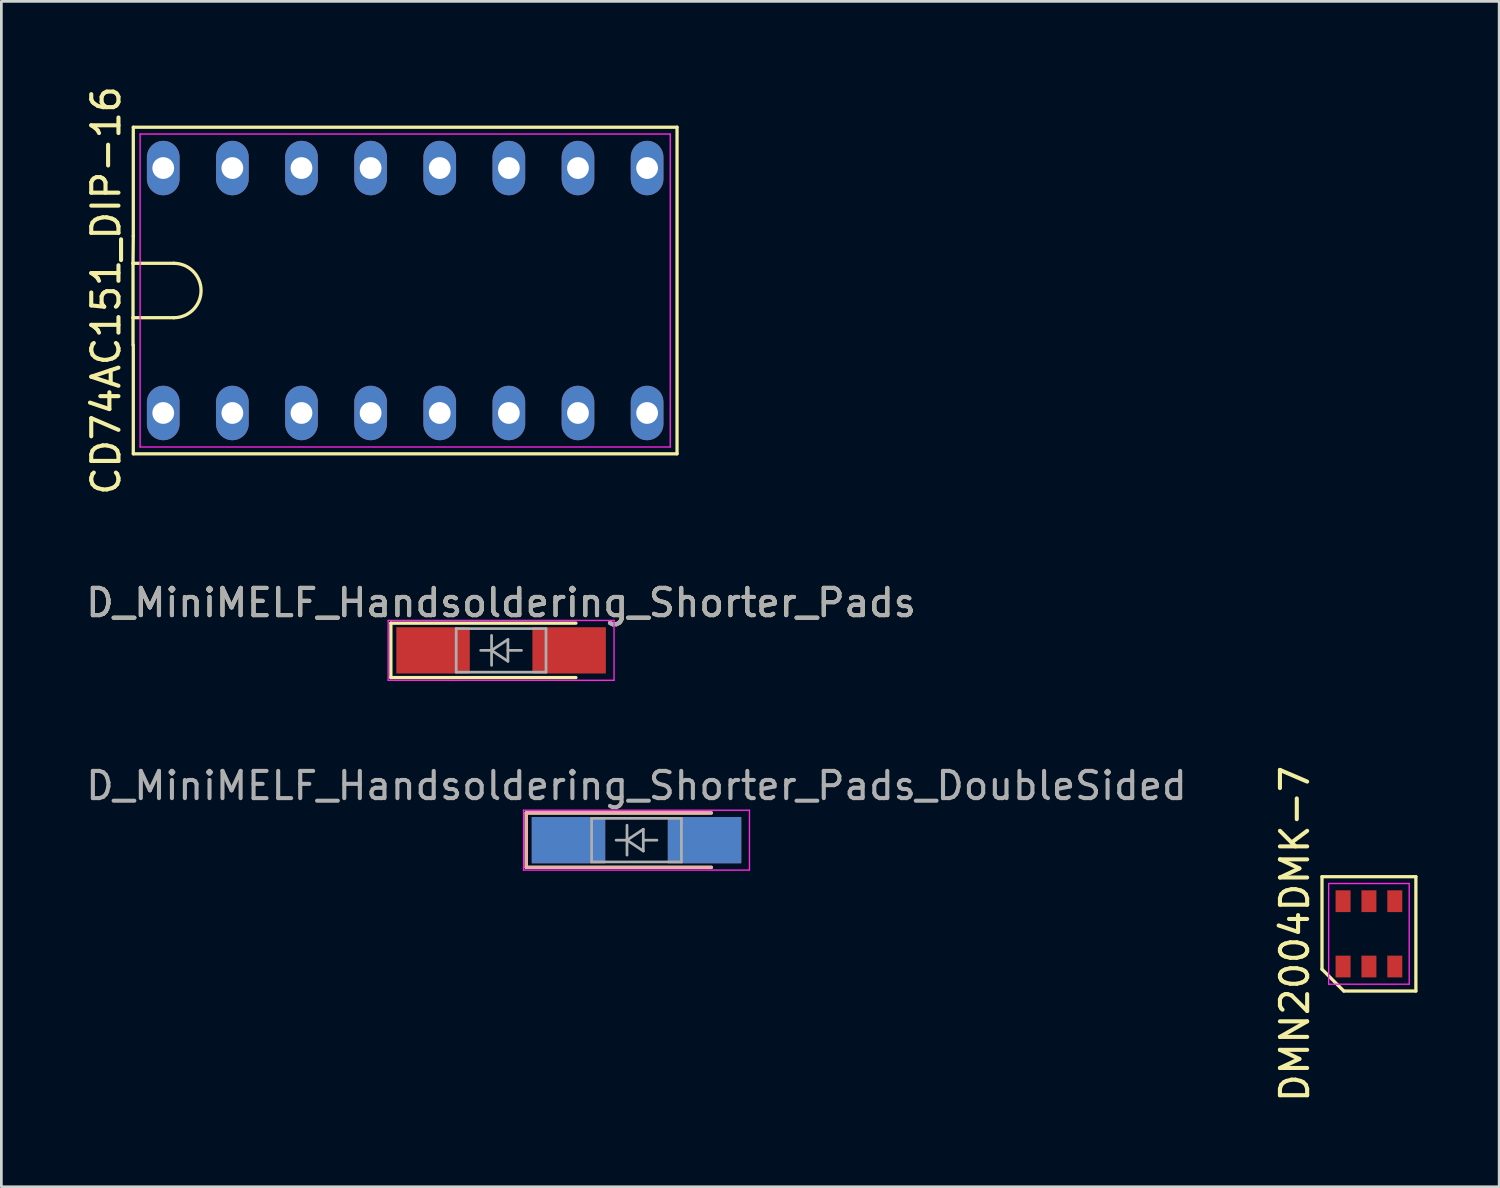
<source format=kicad_pcb>
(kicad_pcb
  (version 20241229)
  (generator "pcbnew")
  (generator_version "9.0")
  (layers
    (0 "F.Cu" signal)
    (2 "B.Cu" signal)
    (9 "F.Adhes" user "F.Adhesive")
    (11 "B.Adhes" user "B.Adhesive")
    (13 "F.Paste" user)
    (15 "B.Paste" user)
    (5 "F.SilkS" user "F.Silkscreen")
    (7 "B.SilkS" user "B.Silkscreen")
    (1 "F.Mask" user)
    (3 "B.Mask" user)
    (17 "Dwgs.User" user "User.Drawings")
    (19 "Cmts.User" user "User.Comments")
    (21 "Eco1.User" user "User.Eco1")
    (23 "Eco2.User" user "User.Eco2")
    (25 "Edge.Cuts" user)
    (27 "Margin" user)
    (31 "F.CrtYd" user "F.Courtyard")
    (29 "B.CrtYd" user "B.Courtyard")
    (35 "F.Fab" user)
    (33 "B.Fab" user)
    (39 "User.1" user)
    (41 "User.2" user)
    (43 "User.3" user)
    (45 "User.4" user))
  (footprint "CD74AC151_DIP-16"
    (layer "F.Cu")
    (at 11.838 7.625)
    (property "Reference" "CD74AC151_DIP-16" (at -10.99 0 90) (layer "F.SilkS") (effects (font (size 1 1) (thickness 0.15))))
    (attr through_hole)
    (fp_line (start -10 -1) (end -10 1) (stroke (width 0.12) (type solid)) (layer "F.SilkS"))
    (fp_line (start -10 -1) (end -8.5 -1) (stroke (width 0.12) (type solid)) (layer "F.SilkS"))
    (fp_line (start -10 1) (end -10 2) (stroke (width 0.12) (type solid)) (layer "F.SilkS"))
    (fp_line (start -9.99 -6) (end -9.99 -2) (stroke (width 0.12) (type solid)) (layer "F.SilkS"))
    (fp_line (start -9.99 -2) (end -10 -1) (stroke (width 0.12) (type solid)) (layer "F.SilkS"))
    (fp_line (start -9.99 2) (end -9.99 6) (stroke (width 0.12) (type solid)) (layer "F.SilkS"))
    (fp_line (start -9.99 6) (end 9.99 6) (stroke (width 0.12) (type solid)) (layer "F.SilkS"))
    (fp_line (start -8.5 1) (end -10 1) (stroke (width 0.12) (type solid)) (layer "F.SilkS"))
    (fp_line (start 9.99 -6) (end -9.99 -6) (stroke (width 0.12) (type solid)) (layer "F.SilkS"))
    (fp_line (start 9.99 6) (end 9.99 -6) (stroke (width 0.12) (type solid)) (layer "F.SilkS"))
    (fp_arc (start -8.5 -1) (mid -7.5 0) (end -8.5 1) (stroke (width 0.12) (type solid)) (layer "F.SilkS"))
    (fp_line (start -9.74 -5.75) (end 9.74 -5.75) (stroke (width 0.05) (type solid)) (layer "F.CrtYd"))
    (fp_line (start -9.74 5.75) (end -9.74 -5.75) (stroke (width 0.05) (type solid)) (layer "F.CrtYd"))
    (fp_line (start 9.74 -5.75) (end 9.74 5.75) (stroke (width 0.05) (type solid)) (layer "F.CrtYd"))
    (fp_line (start 9.74 5.75) (end -9.74 5.75) (stroke (width 0.05) (type solid)) (layer "F.CrtYd"))
    (pad "1" thru_hole oval (at -8.89 4.5) (size 1.2 2) (drill 0.8) (layers "*.Cu" "*.Mask"))
    (pad "2" thru_hole oval (at -6.35 4.5) (size 1.2 2) (drill 0.8) (layers "*.Cu" "*.Mask"))
    (pad "3" thru_hole oval (at -3.81 4.5) (size 1.2 2) (drill 0.8) (layers "*.Cu" "*.Mask"))
    (pad "4" thru_hole oval (at -1.27 4.5) (size 1.2 2) (drill 0.8) (layers "*.Cu" "*.Mask"))
    (pad "5" thru_hole oval (at 1.27 4.5) (size 1.2 2) (drill 0.8) (layers "*.Cu" "*.Mask"))
    (pad "6" thru_hole oval (at 3.81 4.5) (size 1.2 2) (drill 0.8) (layers "*.Cu" "*.Mask"))
    (pad "7" thru_hole oval (at 6.35 4.5) (size 1.2 2) (drill 0.8) (layers "*.Cu" "*.Mask"))
    (pad "8" thru_hole oval (at 8.89 4.5) (size 1.2 2) (drill 0.8) (layers "*.Cu" "*.Mask"))
    (pad "9" thru_hole oval (at 8.89 -4.5) (size 1.2 2) (drill 0.8) (layers "*.Cu" "*.Mask"))
    (pad "10" thru_hole oval (at 6.35 -4.5) (size 1.2 2) (drill 0.8) (layers "*.Cu" "*.Mask"))
    (pad "11" thru_hole oval (at 3.81 -4.5) (size 1.2 2) (drill 0.8) (layers "*.Cu" "*.Mask"))
    (pad "12" thru_hole oval (at 1.27 -4.5) (size 1.2 2) (drill 0.8) (layers "*.Cu" "*.Mask"))
    (pad "13" thru_hole oval (at -1.27 -4.5) (size 1.2 2) (drill 0.8) (layers "*.Cu" "*.Mask"))
    (pad "14" thru_hole oval (at -3.81 -4.5) (size 1.2 2) (drill 0.8) (layers "*.Cu" "*.Mask"))
    (pad "15" thru_hole oval (at -6.35 -4.5) (size 1.2 2) (drill 0.8) (layers "*.Cu" "*.Mask"))
    (pad "16" thru_hole oval (at -8.89 -4.5) (size 1.2 2) (drill 0.8) (layers "*.Cu" "*.Mask")))
  (footprint "D_MiniMELF_Handsoldering_Shorter_Pads"
    (layer "F.Cu")
    (at 15.363 20.848)
    (property "Reference" "D_MiniMELF_Handsoldering_Shorter_Pads" (at 0 -1.75 0) (layer "F.SilkS") (effects (font (size 1 1) (thickness 0.15))))
    (attr smd)
    (fp_line (start -4.05 -1) (end -4.05 1) (stroke (width 0.12) (type solid)) (layer "F.SilkS"))
    (fp_line (start -4.05 1) (end 2.75 1) (stroke (width 0.12) (type solid)) (layer "F.SilkS"))
    (fp_line (start 2.75 -1) (end -4.05 -1) (stroke (width 0.12) (type solid)) (layer "F.SilkS"))
    (fp_line (start -4.15 -1.1) (end 4.15 -1.1) (stroke (width 0.05) (type solid)) (layer "F.CrtYd"))
    (fp_line (start -4.15 1.1) (end -4.15 -1.1) (stroke (width 0.05) (type solid)) (layer "F.CrtYd"))
    (fp_line (start 4.15 -1.1) (end 4.15 1.1) (stroke (width 0.05) (type solid)) (layer "F.CrtYd"))
    (fp_line (start 4.15 1.1) (end -4.15 1.1) (stroke (width 0.05) (type solid)) (layer "F.CrtYd"))
    (fp_line (start -1.65 -0.8) (end 1.65 -0.8) (stroke (width 0.1) (type solid)) (layer "F.Fab"))
    (fp_line (start -1.65 0.8) (end -1.65 -0.8) (stroke (width 0.1) (type solid)) (layer "F.Fab"))
    (fp_line (start -0.75 0) (end -0.35 0) (stroke (width 0.1) (type solid)) (layer "F.Fab"))
    (fp_line (start -0.35 0) (end -0.35 -0.55) (stroke (width 0.1) (type solid)) (layer "F.Fab"))
    (fp_line (start -0.35 0) (end -0.35 0.55) (stroke (width 0.1) (type solid)) (layer "F.Fab"))
    (fp_line (start -0.35 0) (end 0.25 -0.4) (stroke (width 0.1) (type solid)) (layer "F.Fab"))
    (fp_line (start 0.25 -0.4) (end 0.25 0.4) (stroke (width 0.1) (type solid)) (layer "F.Fab"))
    (fp_line (start 0.25 0) (end 0.75 0) (stroke (width 0.1) (type solid)) (layer "F.Fab"))
    (fp_line (start 0.25 0.4) (end -0.35 0) (stroke (width 0.1) (type solid)) (layer "F.Fab"))
    (fp_line (start 1.65 -0.8) (end 1.65 0.8) (stroke (width 0.1) (type solid)) (layer "F.Fab"))
    (fp_line (start 1.65 0.8) (end -1.65 0.8) (stroke (width 0.1) (type solid)) (layer "F.Fab"))
    (fp_text user "${REFERENCE}" (at 0 -1.75 0) (layer "F.Fab") (effects (font (size 1 1) (thickness 0.15))))
    (pad "1" smd rect (at -2.5 0) (size 2.7 1.7) (layers "F.Cu" "F.Mask" "F.Paste"))
    (pad "2" smd rect (at 2.5 0) (size 2.7 1.7) (layers "F.Cu" "F.Mask" "F.Paste")))
  (footprint "DMN2004DMK-7"
    (layer "F.Cu")
    (at 47.252 31.265)
    (property "Reference" "DMN2004DMK-7" (at -2.725 0 90) (layer "F.SilkS") (effects (font (size 1 1) (thickness 0.15))))
    (attr smd)
    (fp_line (start -1.725 -2.1) (end 1.725 -2.1) (stroke (width 0.12) (type solid)) (layer "F.SilkS"))
    (fp_line (start -1.725 1.3) (end -1.725 -2.1) (stroke (width 0.12) (type solid)) (layer "F.SilkS"))
    (fp_line (start -0.925 2.1) (end -1.725 1.3) (stroke (width 0.12) (type solid)) (layer "F.SilkS"))
    (fp_line (start 1.725 -2.1) (end 1.725 2.1) (stroke (width 0.12) (type solid)) (layer "F.SilkS"))
    (fp_line (start 1.725 2.1) (end -0.925 2.1) (stroke (width 0.12) (type solid)) (layer "F.SilkS"))
    (fp_line (start -1.48 -1.85) (end 1.48 -1.85) (stroke (width 0.05) (type solid)) (layer "F.CrtYd"))
    (fp_line (start -1.48 1.85) (end -1.48 -1.85) (stroke (width 0.05) (type solid)) (layer "F.CrtYd"))
    (fp_line (start 1.48 -1.85) (end 1.48 1.85) (stroke (width 0.05) (type solid)) (layer "F.CrtYd"))
    (fp_line (start 1.48 1.85) (end -1.48 1.85) (stroke (width 0.05) (type solid)) (layer "F.CrtYd"))
    (pad "1" smd rect (at -0.95 1.2) (size 0.55 0.8) (layers "F.Cu" "F.Mask" "F.Paste"))
    (pad "2" smd rect (at 0 1.2) (size 0.55 0.8) (layers "F.Cu" "F.Mask" "F.Paste"))
    (pad "3" smd rect (at 0.95 1.2) (size 0.55 0.8) (layers "F.Cu" "F.Mask" "F.Paste"))
    (pad "4" smd rect (at 0.95 -1.2) (size 0.55 0.8) (layers "F.Cu" "F.Mask" "F.Paste"))
    (pad "5" smd rect (at 0 -1.2) (size 0.55 0.8) (layers "F.Cu" "F.Mask" "F.Paste"))
    (pad "6" smd rect (at -0.95 -1.2) (size 0.55 0.8) (layers "F.Cu" "F.Mask" "F.Paste")))
  (footprint "D_MiniMELF_Handsoldering_Shorter_Pads_DoubleSided"
    (layer "F.Cu")
    (at 20.339 27.822)
    (property "Reference" "D_MiniMELF_Handsoldering_Shorter_Pads_DoubleSided" (at 0 -2 0) (layer "F.Fab") (effects (font (size 1 1) (thickness 0.15))))
    (attr smd)
    (fp_line (start -4.05 -1) (end -4.05 1) (stroke (width 0.12) (type solid)) (layer "F.SilkS"))
    (fp_line (start -4.05 1) (end 2.75 1) (stroke (width 0.12) (type solid)) (layer "F.SilkS"))
    (fp_line (start 2.75 -1) (end -4.05 -1) (stroke (width 0.12) (type solid)) (layer "F.SilkS"))
    (fp_line (start -4.05 -1) (end -4.05 1) (stroke (width 0.12) (type solid)) (layer "B.SilkS"))
    (fp_line (start -4.05 1) (end 2.75 1) (stroke (width 0.12) (type solid)) (layer "B.SilkS"))
    (fp_line (start 2.75 -1) (end -4.05 -1) (stroke (width 0.12) (type solid)) (layer "B.SilkS"))
    (fp_line (start -4.15 -1.1) (end 4.15 -1.1) (stroke (width 0.05) (type solid)) (layer "F.CrtYd"))
    (fp_line (start -4.15 1.1) (end -4.15 -1.1) (stroke (width 0.05) (type solid)) (layer "F.CrtYd"))
    (fp_line (start 4.15 -1.1) (end 4.15 1.1) (stroke (width 0.05) (type solid)) (layer "F.CrtYd"))
    (fp_line (start 4.15 1.1) (end -4.15 1.1) (stroke (width 0.05) (type solid)) (layer "F.CrtYd"))
    (fp_line (start -1.65 -0.8) (end 1.65 -0.8) (stroke (width 0.1) (type solid)) (layer "F.Fab"))
    (fp_line (start -1.65 0.8) (end -1.65 -0.8) (stroke (width 0.1) (type solid)) (layer "F.Fab"))
    (fp_line (start -0.75 0) (end -0.35 0) (stroke (width 0.1) (type solid)) (layer "F.Fab"))
    (fp_line (start -0.35 0) (end -0.35 -0.55) (stroke (width 0.1) (type solid)) (layer "F.Fab"))
    (fp_line (start -0.35 0) (end -0.35 0.55) (stroke (width 0.1) (type solid)) (layer "F.Fab"))
    (fp_line (start -0.35 0) (end 0.25 -0.4) (stroke (width 0.1) (type solid)) (layer "F.Fab"))
    (fp_line (start 0.25 -0.4) (end 0.25 0.4) (stroke (width 0.1) (type solid)) (layer "F.Fab"))
    (fp_line (start 0.25 0) (end 0.75 0) (stroke (width 0.1) (type solid)) (layer "F.Fab"))
    (fp_line (start 0.25 0.4) (end -0.35 0) (stroke (width 0.1) (type solid)) (layer "F.Fab"))
    (fp_line (start 1.65 -0.8) (end 1.65 0.8) (stroke (width 0.1) (type solid)) (layer "F.Fab"))
    (fp_line (start 1.65 0.8) (end -1.65 0.8) (stroke (width 0.1) (type solid)) (layer "F.Fab"))
    (pad "1" smd rect (at -2.5 0) (size 2.7 1.7) (layers "F.Cu" "F.Mask" "F.Paste"))
    (pad "1" smd rect (at -2.5 0) (size 2.7 1.7) (layers "B.Cu" "B.Mask" "B.Paste"))
    (pad "2" smd rect (at 2.5 0) (size 2.7 1.7) (layers "F.Cu" "F.Mask" "F.Paste"))
    (pad "2" smd rect (at 2.5 0) (size 2.7 1.7) (layers "B.Cu" "B.Mask" "B.Paste")))
  (gr_rect
    (start -3 -3)
    (end 52.037 40.557)
    (stroke (width 0.1) (type default))
    (fill no)
    (layer "Edge.Cuts")))
</source>
